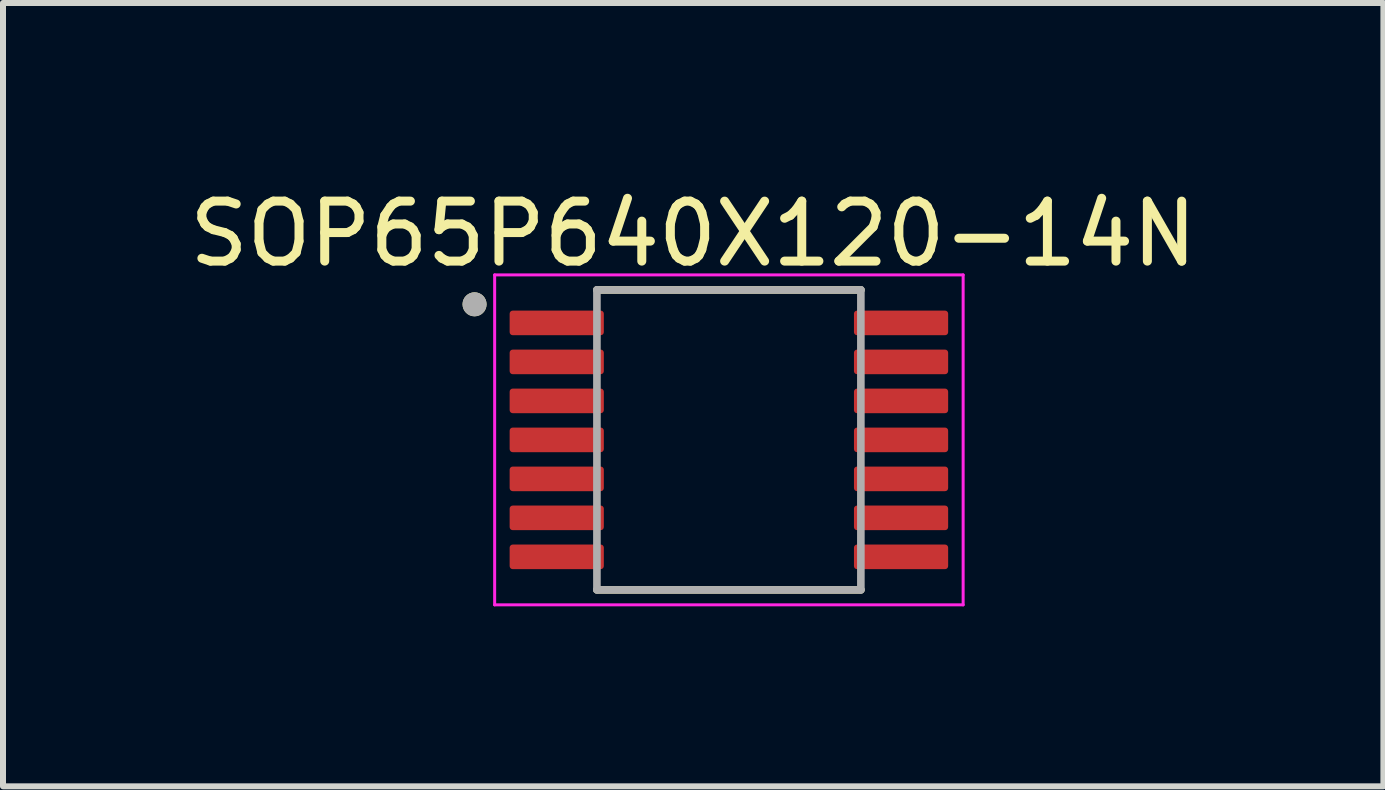
<source format=kicad_pcb>
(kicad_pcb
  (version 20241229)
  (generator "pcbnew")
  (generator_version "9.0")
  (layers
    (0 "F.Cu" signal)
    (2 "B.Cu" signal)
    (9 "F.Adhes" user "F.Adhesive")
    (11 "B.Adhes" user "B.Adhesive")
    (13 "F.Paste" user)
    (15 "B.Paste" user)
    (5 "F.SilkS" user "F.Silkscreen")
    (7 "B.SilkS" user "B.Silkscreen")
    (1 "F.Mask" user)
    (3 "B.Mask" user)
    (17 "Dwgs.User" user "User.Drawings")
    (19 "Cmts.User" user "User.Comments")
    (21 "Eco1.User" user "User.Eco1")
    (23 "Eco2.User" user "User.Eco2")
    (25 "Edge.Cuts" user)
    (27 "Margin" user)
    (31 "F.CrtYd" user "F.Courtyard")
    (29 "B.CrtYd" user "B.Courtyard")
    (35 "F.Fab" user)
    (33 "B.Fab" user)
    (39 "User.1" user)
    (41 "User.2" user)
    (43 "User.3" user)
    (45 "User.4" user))
  (footprint "SOP65P640X120-14N"
    (layer "F.Cu")
    (at 9.101 4.283)
    (property "Reference" "SOP65P640X120-14N" (at -0.595 -3.435 0) (layer "F.SilkS") (effects (font (size 1 1) (thickness 0.15))))
    (attr smd)
    (fp_line (start -2.2 -2.5) (end 2.2 -2.5) (stroke (width 0.127) (type solid)) (layer "F.SilkS"))
    (fp_line (start -2.2 2.5) (end 2.2 2.5) (stroke (width 0.127) (type solid)) (layer "F.SilkS"))
    (fp_circle (center -4.24 -2.26) (end -4.14 -2.26) (stroke (width 0.2) (type solid)) (fill no) (layer "F.SilkS"))
    (fp_line (start -3.905 -2.75) (end -3.905 2.75) (stroke (width 0.05) (type solid)) (layer "F.CrtYd"))
    (fp_line (start -3.905 -2.75) (end 3.905 -2.75) (stroke (width 0.05) (type solid)) (layer "F.CrtYd"))
    (fp_line (start -3.905 2.75) (end 3.905 2.75) (stroke (width 0.05) (type solid)) (layer "F.CrtYd"))
    (fp_line (start 3.905 -2.75) (end 3.905 2.75) (stroke (width 0.05) (type solid)) (layer "F.CrtYd"))
    (fp_line (start -2.2 -2.5) (end -2.2 2.5) (stroke (width 0.127) (type solid)) (layer "F.Fab"))
    (fp_line (start -2.2 -2.5) (end 2.2 -2.5) (stroke (width 0.127) (type solid)) (layer "F.Fab"))
    (fp_line (start -2.2 2.5) (end 2.2 2.5) (stroke (width 0.127) (type solid)) (layer "F.Fab"))
    (fp_line (start 2.2 -2.5) (end 2.2 2.5) (stroke (width 0.127) (type solid)) (layer "F.Fab"))
    (fp_circle (center -4.24 -2.26) (end -4.14 -2.26) (stroke (width 0.2) (type solid)) (fill no) (layer "F.Fab"))
    (pad "1" smd roundrect (at -2.87 -1.95) (size 1.57 0.41) (layers "F.Cu" "F.Mask" "F.Paste") (roundrect_rratio 0.125))
    (pad "2" smd roundrect (at -2.87 -1.3) (size 1.57 0.41) (layers "F.Cu" "F.Mask" "F.Paste") (roundrect_rratio 0.125))
    (pad "3" smd roundrect (at -2.87 -0.65) (size 1.57 0.41) (layers "F.Cu" "F.Mask" "F.Paste") (roundrect_rratio 0.125))
    (pad "4" smd roundrect (at -2.87 0) (size 1.57 0.41) (layers "F.Cu" "F.Mask" "F.Paste") (roundrect_rratio 0.125))
    (pad "5" smd roundrect (at -2.87 0.65) (size 1.57 0.41) (layers "F.Cu" "F.Mask" "F.Paste") (roundrect_rratio 0.125))
    (pad "6" smd roundrect (at -2.87 1.3) (size 1.57 0.41) (layers "F.Cu" "F.Mask" "F.Paste") (roundrect_rratio 0.125))
    (pad "7" smd roundrect (at -2.87 1.95) (size 1.57 0.41) (layers "F.Cu" "F.Mask" "F.Paste") (roundrect_rratio 0.125))
    (pad "8" smd roundrect (at 2.87 1.95) (size 1.57 0.41) (layers "F.Cu" "F.Mask" "F.Paste") (roundrect_rratio 0.125))
    (pad "9" smd roundrect (at 2.87 1.3) (size 1.57 0.41) (layers "F.Cu" "F.Mask" "F.Paste") (roundrect_rratio 0.125))
    (pad "10" smd roundrect (at 2.87 0.65) (size 1.57 0.41) (layers "F.Cu" "F.Mask" "F.Paste") (roundrect_rratio 0.125))
    (pad "11" smd roundrect (at 2.87 0) (size 1.57 0.41) (layers "F.Cu" "F.Mask" "F.Paste") (roundrect_rratio 0.125))
    (pad "12" smd roundrect (at 2.87 -0.65) (size 1.57 0.41) (layers "F.Cu" "F.Mask" "F.Paste") (roundrect_rratio 0.125))
    (pad "13" smd roundrect (at 2.87 -1.3) (size 1.57 0.41) (layers "F.Cu" "F.Mask" "F.Paste") (roundrect_rratio 0.125))
    (pad "14" smd roundrect (at 2.87 -1.95) (size 1.57 0.41) (layers "F.Cu" "F.Mask" "F.Paste") (roundrect_rratio 0.125)))
  (gr_rect
    (start -3 -3)
    (end 20.012 10.058)
    (stroke (width 0.1) (type default))
    (fill no)
    (layer "Edge.Cuts")))
</source>
